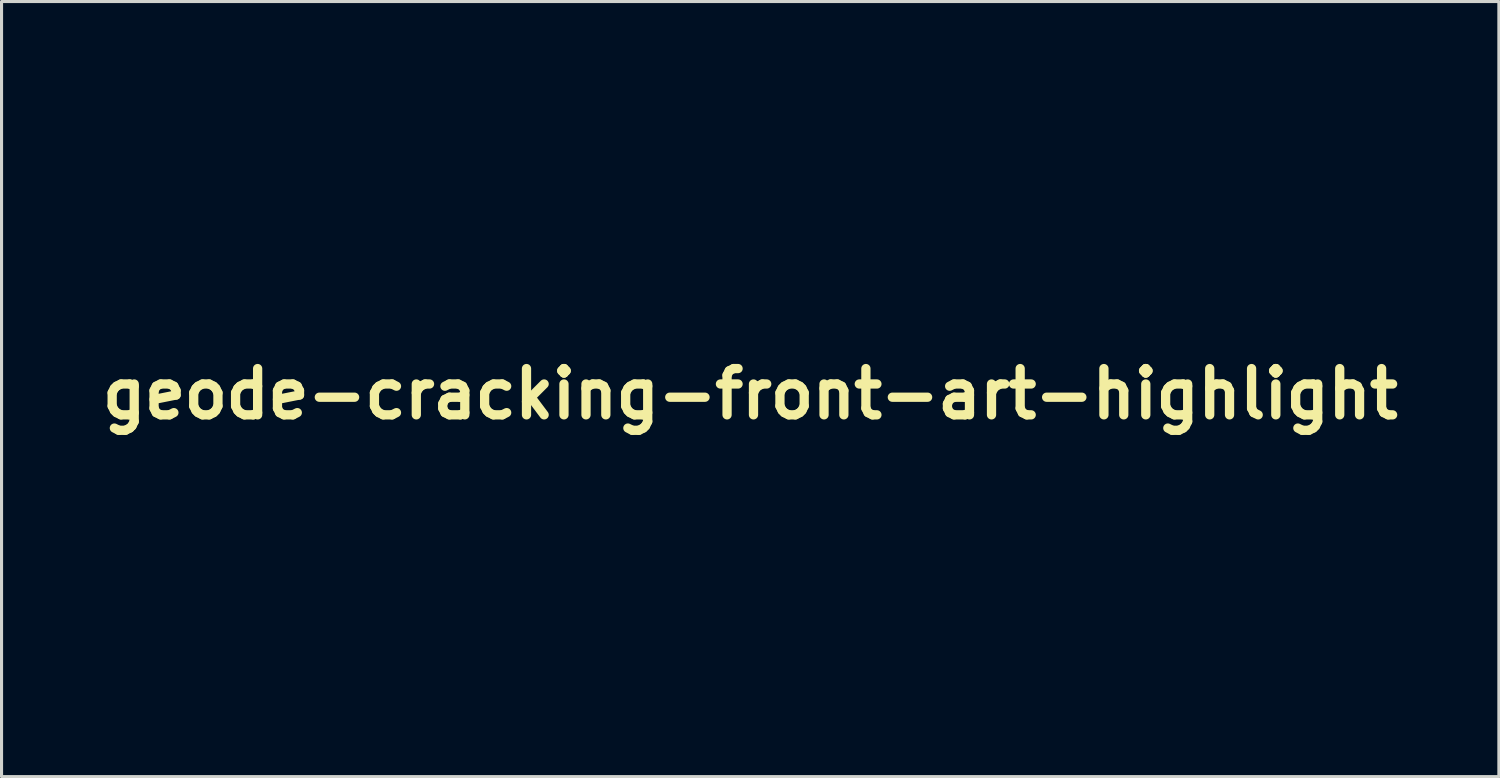
<source format=kicad_pcb>
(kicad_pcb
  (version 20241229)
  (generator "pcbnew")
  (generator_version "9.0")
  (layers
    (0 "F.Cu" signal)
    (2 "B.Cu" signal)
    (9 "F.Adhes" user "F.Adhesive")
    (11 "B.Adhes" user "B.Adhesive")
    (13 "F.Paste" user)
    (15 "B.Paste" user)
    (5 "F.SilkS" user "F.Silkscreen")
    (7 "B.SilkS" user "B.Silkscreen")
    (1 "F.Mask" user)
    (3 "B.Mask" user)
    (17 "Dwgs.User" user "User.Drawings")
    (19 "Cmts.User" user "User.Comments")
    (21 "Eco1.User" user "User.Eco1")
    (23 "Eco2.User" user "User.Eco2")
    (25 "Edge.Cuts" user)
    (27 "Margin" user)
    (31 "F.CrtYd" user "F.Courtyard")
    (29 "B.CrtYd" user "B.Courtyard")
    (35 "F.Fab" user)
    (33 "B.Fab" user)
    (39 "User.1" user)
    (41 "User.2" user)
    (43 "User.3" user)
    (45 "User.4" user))
  (footprint "geode-cracking-front-art-highlight"
    (layer "F.Cu")
    (at 21.264 9.717)
    (property "Reference" "geode-cracking-front-art-highlight" (at 0 0 0) (layer "F.SilkS") (effects (font (size 1.5 1.5) (thickness 0.3))))
    (attr board_only exclude_from_pos_files exclude_from_bom)
    (fp_poly (pts (xy -12.803 -7.365) (xy -12.713 -7.29) (xy -12.693 -7.271) (xy -12.491 -7.063) (xy -12.339 -6.87) (xy -12.243 -6.704) (xy -12.211 -6.578) (xy -12.235 -6.438) (xy -12.313 -6.362) (xy -12.445 -6.339) (xy -12.591 -6.378) (xy -12.694 -6.46) (xy -12.799 -6.602) (xy -12.884 -6.775) (xy -12.942 -6.959) (xy -12.969 -7.131) (xy -12.96 -7.273) (xy -12.911 -7.362) (xy -12.861 -7.386)) (stroke (width 0) (type solid)) (fill yes) (layer "F.Mask"))
    (fp_poly (pts (xy -13.865 -6.885) (xy -13.792 -6.797) (xy -13.734 -6.628) (xy -13.692 -6.382) (xy -13.678 -6.244) (xy -13.665 -6.052) (xy -13.666 -5.923) (xy -13.682 -5.836) (xy -13.716 -5.767) (xy -13.717 -5.765) (xy -13.817 -5.68) (xy -13.943 -5.661) (xy -14.067 -5.71) (xy -14.105 -5.745) (xy -14.165 -5.863) (xy -14.198 -6.036) (xy -14.204 -6.239) (xy -14.185 -6.448) (xy -14.143 -6.638) (xy -14.078 -6.784) (xy -14.052 -6.818) (xy -13.952 -6.893)) (stroke (width 0) (type solid)) (fill yes) (layer "F.Mask"))
    (fp_poly (pts (xy -5.576 2.151) (xy -5.445 2.16) (xy -5.042 2.191) (xy -5.051 2.568) (xy -5.06 2.747) (xy -5.078 2.894) (xy -5.1 2.988) (xy -5.109 3.004) (xy -5.177 3.034) (xy -5.305 3.053) (xy -5.47 3.059) (xy -5.647 3.053) (xy -5.813 3.033) (xy -5.849 3.026) (xy -5.975 2.999) (xy -5.963 2.616) (xy -5.951 2.428) (xy -5.932 2.28) (xy -5.907 2.193) (xy -5.899 2.181) (xy -5.847 2.157) (xy -5.743 2.147)) (stroke (width 0) (type solid)) (fill yes) (layer "F.Mask"))
    (fp_poly (pts (xy -11.445 -8.322) (xy -11.252 -8.299) (xy -11.055 -8.259) (xy -10.882 -8.206) (xy -10.822 -8.18) (xy -10.664 -8.078) (xy -10.562 -7.957) (xy -10.521 -7.833) (xy -10.545 -7.721) (xy -10.639 -7.633) (xy -10.659 -7.623) (xy -10.748 -7.589) (xy -10.832 -7.579) (xy -10.933 -7.597) (xy -11.07 -7.645) (xy -11.25 -7.721) (xy -11.492 -7.841) (xy -11.672 -7.96) (xy -11.784 -8.072) (xy -11.826 -8.172) (xy -11.792 -8.257) (xy -11.72 -8.305) (xy -11.61 -8.326)) (stroke (width 0) (type solid)) (fill yes) (layer "F.Mask"))
    (fp_poly (pts (xy -3.73 0.113) (xy -3.651 0.129) (xy -3.605 0.159) (xy -3.579 0.222) (xy -3.561 0.34) (xy -3.553 0.42) (xy -3.528 0.591) (xy -3.494 0.748) (xy -3.465 0.84) (xy -3.408 0.979) (xy -3.629 0.972) (xy -3.782 0.965) (xy -3.918 0.954) (xy -3.964 0.948) (xy -4.067 0.921) (xy -4.128 0.868) (xy -4.151 0.774) (xy -4.143 0.623) (xy -4.124 0.488) (xy -4.084 0.294) (xy -4.031 0.173) (xy -3.952 0.113) (xy -3.835 0.101)) (stroke (width 0) (type solid)) (fill yes) (layer "F.Mask"))
    (fp_poly (pts (xy -3.116 2.718) (xy -3.018 2.829) (xy -2.894 3.007) (xy -2.892 3.01) (xy -2.68 3.34) (xy -2.84 3.482) (xy -2.983 3.595) (xy -3.136 3.692) (xy -3.276 3.761) (xy -3.376 3.787) (xy -3.438 3.755) (xy -3.518 3.677) (xy -3.541 3.648) (xy -3.63 3.521) (xy -3.724 3.373) (xy -3.747 3.332) (xy -3.849 3.154) (xy -3.743 3.039) (xy -3.632 2.936) (xy -3.494 2.834) (xy -3.354 2.747) (xy -3.236 2.692) (xy -3.182 2.68)) (stroke (width 0) (type solid)) (fill yes) (layer "F.Mask"))
    (fp_poly (pts (xy -6.188 2.104) (xy -6.125 2.13) (xy -6.125 2.131) (xy -6.111 2.199) (xy -6.108 2.327) (xy -6.113 2.489) (xy -6.125 2.659) (xy -6.143 2.814) (xy -6.164 2.926) (xy -6.18 2.968) (xy -6.241 2.993) (xy -6.361 3.01) (xy -6.513 3.02) (xy -6.673 3.02) (xy -6.814 3.011) (xy -6.91 2.992) (xy -6.926 2.985) (xy -6.953 2.94) (xy -6.968 2.84) (xy -6.971 2.674) (xy -6.969 2.528) (xy -6.956 2.106) (xy -6.556 2.094) (xy -6.331 2.092)) (stroke (width 0) (type solid)) (fill yes) (layer "F.Mask"))
    (fp_poly (pts (xy -6.154 1.129) (xy -6.062 1.175) (xy -6.016 1.26) (xy -6.001 1.395) (xy -6.002 1.527) (xy -6.011 1.714) (xy -6.032 1.837) (xy -6.082 1.909) (xy -6.176 1.945) (xy -6.328 1.956) (xy -6.489 1.957) (xy -6.676 1.956) (xy -6.796 1.95) (xy -6.864 1.935) (xy -6.898 1.907) (xy -6.914 1.863) (xy -6.915 1.861) (xy -6.925 1.772) (xy -6.929 1.628) (xy -6.927 1.459) (xy -6.926 1.446) (xy -6.914 1.127) (xy -6.525 1.115) (xy -6.304 1.113)) (stroke (width 0) (type solid)) (fill yes) (layer "F.Mask"))
    (fp_poly (pts (xy -7.533 1.361) (xy -7.328 1.363) (xy -7.194 1.375) (xy -7.114 1.41) (xy -7.076 1.482) (xy -7.064 1.602) (xy -7.063 1.762) (xy -7.069 1.957) (xy -7.087 2.095) (xy -7.114 2.161) (xy -7.185 2.19) (xy -7.313 2.207) (xy -7.473 2.214) (xy -7.638 2.21) (xy -7.784 2.196) (xy -7.884 2.171) (xy -7.908 2.155) (xy -7.934 2.071) (xy -7.938 1.917) (xy -7.932 1.825) (xy -7.914 1.622) (xy -7.895 1.489) (xy -7.863 1.411) (xy -7.804 1.373) (xy -7.706 1.362) (xy -7.557 1.361)) (stroke (width 0) (type solid)) (fill yes) (layer "F.Mask"))
    (fp_poly (pts (xy -1.797 3.039) (xy -1.741 3.086) (xy -1.66 3.188) (xy -1.569 3.327) (xy -1.543 3.372) (xy -1.458 3.525) (xy -1.412 3.625) (xy -1.399 3.687) (xy -1.416 3.732) (xy -1.43 3.75) (xy -1.492 3.799) (xy -1.601 3.869) (xy -1.732 3.946) (xy -1.862 4.017) (xy -1.965 4.068) (xy -2.017 4.084) (xy -2.05 4.051) (xy -2.116 3.961) (xy -2.205 3.832) (xy -2.255 3.755) (xy -2.467 3.425) (xy -2.35 3.327) (xy -2.192 3.208) (xy -2.035 3.113) (xy -1.9 3.052) (xy -1.806 3.037)) (stroke (width 0) (type solid)) (fill yes) (layer "F.Mask"))
    (fp_poly (pts (xy -5.472 1.192) (xy -5.303 1.197) (xy -5.163 1.209) (xy -5.078 1.225) (xy -5.068 1.23) (xy -5.037 1.277) (xy -5.02 1.376) (xy -5.015 1.543) (xy -5.017 1.619) (xy -5.023 1.786) (xy -5.032 1.919) (xy -5.043 1.997) (xy -5.046 2.007) (xy -5.098 2.025) (xy -5.21 2.036) (xy -5.357 2.039) (xy -5.514 2.034) (xy -5.657 2.022) (xy -5.76 2.004) (xy -5.776 1.998) (xy -5.838 1.958) (xy -5.866 1.884) (xy -5.871 1.773) (xy -5.865 1.605) (xy -5.849 1.426) (xy -5.844 1.389) (xy -5.817 1.191)) (stroke (width 0) (type solid)) (fill yes) (layer "F.Mask"))
    (fp_poly (pts (xy -1.152 4.928) (xy -1.076 5.017) (xy -0.997 5.138) (xy -0.929 5.267) (xy -0.893 5.361) (xy -0.874 5.489) (xy -0.902 5.563) (xy -0.963 5.611) (xy -1.073 5.678) (xy -1.207 5.751) (xy -1.338 5.817) (xy -1.441 5.861) (xy -1.484 5.871) (xy -1.526 5.838) (xy -1.591 5.751) (xy -1.634 5.683) (xy -1.735 5.502) (xy -1.791 5.373) (xy -1.804 5.281) (xy -1.781 5.21) (xy -1.756 5.179) (xy -1.679 5.116) (xy -1.556 5.042) (xy -1.418 4.97) (xy -1.292 4.915) (xy -1.208 4.893) (xy -1.208 4.893)) (stroke (width 0) (type solid)) (fill yes) (layer "F.Mask"))
    (fp_poly (pts (xy -4.086 2.148) (xy -4.063 2.154) (xy -4.031 2.186) (xy -4.011 2.259) (xy -4.002 2.39) (xy -3.999 2.554) (xy -4.003 2.769) (xy -4.024 2.913) (xy -4.076 3) (xy -4.174 3.045) (xy -4.331 3.061) (xy -4.506 3.063) (xy -4.676 3.06) (xy -4.813 3.052) (xy -4.894 3.04) (xy -4.907 3.035) (xy -4.928 2.971) (xy -4.938 2.848) (xy -4.938 2.691) (xy -4.93 2.527) (xy -4.914 2.38) (xy -4.891 2.275) (xy -4.875 2.243) (xy -4.807 2.213) (xy -4.679 2.185) (xy -4.517 2.162) (xy -4.348 2.146) (xy -4.195 2.141)) (stroke (width 0) (type solid)) (fill yes) (layer "F.Mask"))
    (fp_poly (pts (xy -2.355 2.203) (xy -2.286 2.29) (xy -2.201 2.41) (xy -2.116 2.542) (xy -2.042 2.666) (xy -1.994 2.76) (xy -1.984 2.796) (xy -2.014 2.843) (xy -2.096 2.921) (xy -2.208 3.014) (xy -2.332 3.107) (xy -2.447 3.183) (xy -2.532 3.228) (xy -2.556 3.233) (xy -2.595 3.2) (xy -2.667 3.112) (xy -2.76 2.984) (xy -2.81 2.912) (xy -2.917 2.746) (xy -2.976 2.634) (xy -2.992 2.564) (xy -2.981 2.535) (xy -2.922 2.485) (xy -2.818 2.411) (xy -2.69 2.329) (xy -2.562 2.251) (xy -2.456 2.194) (xy -2.397 2.17) (xy -2.396 2.17)) (stroke (width 0) (type solid)) (fill yes) (layer "F.Mask"))
    (fp_poly (pts (xy -2.049 4.416) (xy -1.979 4.502) (xy -1.895 4.619) (xy -1.812 4.746) (xy -1.744 4.861) (xy -1.706 4.943) (xy -1.703 4.961) (xy -1.735 5.012) (xy -1.815 5.083) (xy -1.917 5.157) (xy -2.013 5.213) (xy -2.074 5.233) (xy -2.139 5.203) (xy -2.147 5.194) (xy -2.208 5.152) (xy -2.336 5.104) (xy -2.512 5.057) (xy -2.556 5.047) (xy -2.658 4.991) (xy -2.713 4.92) (xy -2.736 4.834) (xy -2.701 4.765) (xy -2.667 4.732) (xy -2.575 4.659) (xy -2.45 4.574) (xy -2.315 4.491) (xy -2.194 4.423) (xy -2.109 4.386) (xy -2.092 4.382)) (stroke (width 0) (type solid)) (fill yes) (layer "F.Mask"))
    (fp_poly (pts (xy -1.224 1.856) (xy -1.135 1.924) (xy -1.02 2.018) (xy -0.9 2.123) (xy -0.791 2.222) (xy -0.712 2.3) (xy -0.681 2.341) (xy -0.681 2.341) (xy -0.708 2.403) (xy -0.778 2.505) (xy -0.877 2.628) (xy -0.987 2.756) (xy -1.094 2.869) (xy -1.181 2.949) (xy -1.232 2.978) (xy -1.306 2.953) (xy -1.417 2.887) (xy -1.517 2.814) (xy -1.643 2.71) (xy -1.752 2.611) (xy -1.805 2.558) (xy -1.853 2.498) (xy -1.857 2.45) (xy -1.813 2.386) (xy -1.763 2.329) (xy -1.567 2.114) (xy -1.418 1.957) (xy -1.318 1.862) (xy -1.271 1.829)) (stroke (width 0) (type solid)) (fill yes) (layer "F.Mask"))
    (fp_poly (pts (xy -4.2 1.249) (xy -4.106 1.263) (xy -4.088 1.271) (xy -4.057 1.33) (xy -4.031 1.447) (xy -4.012 1.597) (xy -4.002 1.753) (xy -4.003 1.892) (xy -4.017 1.988) (xy -4.033 2.015) (xy -4.093 2.03) (xy -4.216 2.047) (xy -4.38 2.064) (xy -4.463 2.07) (xy -4.648 2.081) (xy -4.766 2.082) (xy -4.833 2.07) (xy -4.866 2.044) (xy -4.875 2.027) (xy -4.887 1.947) (xy -4.891 1.816) (xy -4.886 1.66) (xy -4.876 1.504) (xy -4.86 1.375) (xy -4.841 1.298) (xy -4.836 1.29) (xy -4.774 1.269) (xy -4.653 1.254) (xy -4.5 1.245) (xy -4.34 1.243)) (stroke (width 0) (type solid)) (fill yes) (layer "F.Mask"))
    (fp_poly (pts (xy -1.234 3.893) (xy -1.192 3.943) (xy -1.126 4.045) (xy -1.05 4.176) (xy -0.977 4.311) (xy -0.92 4.425) (xy -0.894 4.496) (xy -0.893 4.501) (xy -0.928 4.543) (xy -1.017 4.61) (xy -1.14 4.691) (xy -1.276 4.771) (xy -1.404 4.84) (xy -1.502 4.884) (xy -1.541 4.893) (xy -1.589 4.858) (xy -1.662 4.767) (xy -1.745 4.638) (xy -1.757 4.618) (xy -1.833 4.48) (xy -1.889 4.37) (xy -1.914 4.309) (xy -1.915 4.306) (xy -1.882 4.266) (xy -1.796 4.195) (xy -1.677 4.109) (xy -1.546 4.02) (xy -1.421 3.944) (xy -1.371 3.917) (xy -1.283 3.888)) (stroke (width 0) (type solid)) (fill yes) (layer "F.Mask"))
    (fp_poly (pts (xy -4.763 -0.109) (xy -4.645 -0.068) (xy -4.507 -0.008) (xy -4.375 0.061) (xy -4.27 0.127) (xy -4.215 0.179) (xy -4.212 0.19) (xy -4.23 0.259) (xy -4.278 0.378) (xy -4.342 0.521) (xy -4.412 0.663) (xy -4.474 0.777) (xy -4.51 0.83) (xy -4.543 0.867) (xy -4.576 0.884) (xy -4.628 0.879) (xy -4.718 0.849) (xy -4.865 0.79) (xy -4.912 0.771) (xy -5.062 0.704) (xy -5.181 0.639) (xy -5.247 0.588) (xy -5.25 0.584) (xy -5.26 0.529) (xy -5.233 0.441) (xy -5.162 0.306) (xy -5.103 0.206) (xy -5.008 0.062) (xy -4.921 -0.05) (xy -4.856 -0.113) (xy -4.841 -0.119)) (stroke (width 0) (type solid)) (fill yes) (layer "F.Mask"))
    (fp_poly (pts (xy -2.576 3.565) (xy -2.511 3.652) (xy -2.427 3.774) (xy -2.339 3.911) (xy -2.259 4.043) (xy -2.198 4.151) (xy -2.17 4.215) (xy -2.17 4.219) (xy -2.204 4.253) (xy -2.291 4.316) (xy -2.413 4.397) (xy -2.55 4.481) (xy -2.68 4.558) (xy -2.784 4.614) (xy -2.842 4.637) (xy -2.844 4.638) (xy -2.891 4.605) (xy -2.965 4.522) (xy -3.021 4.446) (xy -3.123 4.284) (xy -3.202 4.131) (xy -3.251 4.005) (xy -3.26 3.926) (xy -3.257 3.918) (xy -3.21 3.878) (xy -3.111 3.81) (xy -2.982 3.73) (xy -2.845 3.649) (xy -2.722 3.581) (xy -2.636 3.539) (xy -2.612 3.531)) (stroke (width 0) (type solid)) (fill yes) (layer "F.Mask"))
    (fp_poly (pts (xy -1.888 1.115) (xy -1.847 1.152) (xy -1.751 1.258) (xy -1.655 1.389) (xy -1.573 1.524) (xy -1.517 1.639) (xy -1.502 1.714) (xy -1.503 1.719) (xy -1.544 1.771) (xy -1.631 1.857) (xy -1.744 1.959) (xy -1.866 2.061) (xy -1.975 2.148) (xy -2.054 2.202) (xy -2.079 2.212) (xy -2.119 2.182) (xy -2.2 2.102) (xy -2.306 1.986) (xy -2.353 1.932) (xy -2.463 1.798) (xy -2.546 1.68) (xy -2.59 1.598) (xy -2.593 1.581) (xy -2.56 1.523) (xy -2.474 1.435) (xy -2.352 1.333) (xy -2.327 1.315) (xy -2.166 1.196) (xy -2.057 1.121) (xy -1.985 1.087) (xy -1.934 1.086)) (stroke (width 0) (type solid)) (fill yes) (layer "F.Mask"))
    (fp_poly (pts (xy -1.668 7.13) (xy -1.623 7.21) (xy -1.617 7.269) (xy -1.592 7.509) (xy -1.52 7.69) (xy -1.478 7.745) (xy -1.424 7.794) (xy -1.361 7.819) (xy -1.265 7.823) (xy -1.11 7.811) (xy -1.1 7.81) (xy -0.946 7.796) (xy -0.859 7.797) (xy -0.819 7.814) (xy -0.809 7.853) (xy -0.808 7.864) (xy -0.842 7.947) (xy -0.908 8.012) (xy -0.988 8.094) (xy -1.083 8.237) (xy -1.186 8.424) (xy -1.285 8.633) (xy -1.372 8.848) (xy -1.437 9.047) (xy -1.443 9.07) (xy -1.496 9.248) (xy -1.548 9.361) (xy -1.593 9.403) (xy -1.628 9.368) (xy -1.633 9.353) (xy -1.727 9.084) (xy -1.836 8.884) (xy -1.972 8.74) (xy -2.148 8.636) (xy -2.263 8.592) (xy -2.42 8.525) (xy -2.493 8.458) (xy -2.481 8.393) (xy -2.384 8.33) (xy -2.37 8.324) (xy -2.176 8.199) (xy -2.024 8.009) (xy -1.921 7.77) (xy -1.874 7.494) (xy -1.872 7.425) (xy -1.858 7.293) (xy -1.824 7.187) (xy -1.814 7.17) (xy -1.739 7.114)) (stroke (width 0) (type solid)) (fill yes) (layer "F.Mask"))
    (fp_poly (pts (xy -12.866 -9.613) (xy -12.709 -9.414) (xy -12.603 -9.16) (xy -12.555 -8.868) (xy -12.552 -8.786) (xy -12.589 -8.462) (xy -12.695 -8.186) (xy -12.87 -7.959) (xy -13.111 -7.784) (xy -13.415 -7.662) (xy -13.621 -7.618) (xy -13.767 -7.596) (xy -13.881 -7.582) (xy -13.934 -7.579) (xy -13.998 -7.588) (xy -14.114 -7.606) (xy -14.178 -7.617) (xy -14.444 -7.696) (xy -14.661 -7.828) (xy -14.821 -8.005) (xy -14.914 -8.218) (xy -14.934 -8.383) (xy -14.922 -8.488) (xy -14.875 -8.571) (xy -14.775 -8.665) (xy -14.759 -8.678) (xy -14.65 -8.757) (xy -14.579 -8.777) (xy -14.534 -8.73) (xy -14.502 -8.609) (xy -14.488 -8.52) (xy -14.446 -8.353) (xy -14.372 -8.247) (xy -14.249 -8.189) (xy -14.063 -8.169) (xy -14.018 -8.169) (xy -13.739 -8.195) (xy -13.509 -8.268) (xy -13.336 -8.386) (xy -13.23 -8.541) (xy -13.206 -8.622) (xy -13.203 -8.868) (xy -13.28 -9.109) (xy -13.339 -9.209) (xy -13.404 -9.318) (xy -13.441 -9.406) (xy -13.445 -9.426) (xy -13.409 -9.477) (xy -13.317 -9.545) (xy -13.212 -9.603) (xy -12.979 -9.717)) (stroke (width 0) (type solid)) (fill yes) (layer "F.Mask"))
    (fp_poly (pts (xy -11.303 -1.676) (xy -11.314 -1.571) (xy -11.373 -1.429) (xy -11.475 -1.262) (xy -11.485 -1.249) (xy -11.572 -1.116) (xy -11.634 -1.001) (xy -11.658 -0.929) (xy -11.63 -0.854) (xy -11.561 -0.749) (xy -11.509 -0.686) (xy -11.424 -0.584) (xy -11.37 -0.502) (xy -11.36 -0.473) (xy -11.402 -0.446) (xy -11.525 -0.43) (xy -11.69 -0.425) (xy -11.849 -0.422) (xy -11.976 -0.407) (xy -12.088 -0.372) (xy -12.205 -0.308) (xy -12.348 -0.207) (xy -12.534 -0.06) (xy -12.547 -0.049) (xy -12.705 0.073) (xy -12.814 0.143) (xy -12.887 0.167) (xy -12.937 0.152) (xy -12.948 0.142) (xy -12.976 0.068) (xy -12.946 -0.047) (xy -12.856 -0.209) (xy -12.805 -0.284) (xy -12.678 -0.493) (xy -12.614 -0.669) (xy -12.611 -0.832) (xy -12.666 -1.003) (xy -12.695 -1.061) (xy -12.776 -1.242) (xy -12.802 -1.369) (xy -12.772 -1.453) (xy -12.731 -1.484) (xy -12.623 -1.497) (xy -12.503 -1.436) (xy -12.42 -1.352) (xy -12.379 -1.308) (xy -12.333 -1.289) (xy -12.257 -1.296) (xy -12.128 -1.325) (xy -12.085 -1.336) (xy -11.783 -1.455) (xy -11.603 -1.576) (xy -11.486 -1.662) (xy -11.391 -1.717) (xy -11.342 -1.73)) (stroke (width 0) (type solid)) (fill yes) (layer "F.Mask"))
    (fp_poly (pts (xy 3.736 1.327) (xy 3.763 1.397) (xy 3.782 1.528) (xy 3.787 1.663) (xy 3.795 1.84) (xy 3.819 1.956) (xy 3.84 1.991) (xy 3.907 2.029) (xy 4.026 2.083) (xy 4.14 2.128) (xy 4.287 2.191) (xy 4.36 2.244) (xy 4.374 2.291) (xy 4.343 2.335) (xy 4.262 2.361) (xy 4.119 2.374) (xy 3.98 2.389) (xy 3.875 2.416) (xy 3.838 2.438) (xy 3.806 2.498) (xy 3.754 2.618) (xy 3.691 2.777) (xy 3.656 2.872) (xy 3.575 3.086) (xy 3.514 3.23) (xy 3.462 3.316) (xy 3.411 3.354) (xy 3.354 3.355) (xy 3.285 3.332) (xy 3.256 3.297) (xy 3.246 3.213) (xy 3.254 3.064) (xy 3.258 3.017) (xy 3.269 2.79) (xy 3.245 2.627) (xy 3.18 2.514) (xy 3.065 2.433) (xy 2.984 2.398) (xy 2.826 2.335) (xy 2.734 2.279) (xy 2.69 2.218) (xy 2.68 2.145) (xy 2.707 2.046) (xy 2.79 1.996) (xy 2.936 1.995) (xy 3.075 2.021) (xy 3.205 2.046) (xy 3.294 2.056) (xy 3.32 2.049) (xy 3.338 1.861) (xy 3.364 1.674) (xy 3.394 1.509) (xy 3.425 1.388) (xy 3.447 1.34) (xy 3.54 1.286) (xy 3.655 1.285)) (stroke (width 0) (type solid)) (fill yes) (layer "F.Mask")))
  (gr_rect
    (start -3 -3)
    (end 45.529 22.12)
    (stroke (width 0.1) (type default))
    (fill no)
    (layer "Edge.Cuts")))
</source>
